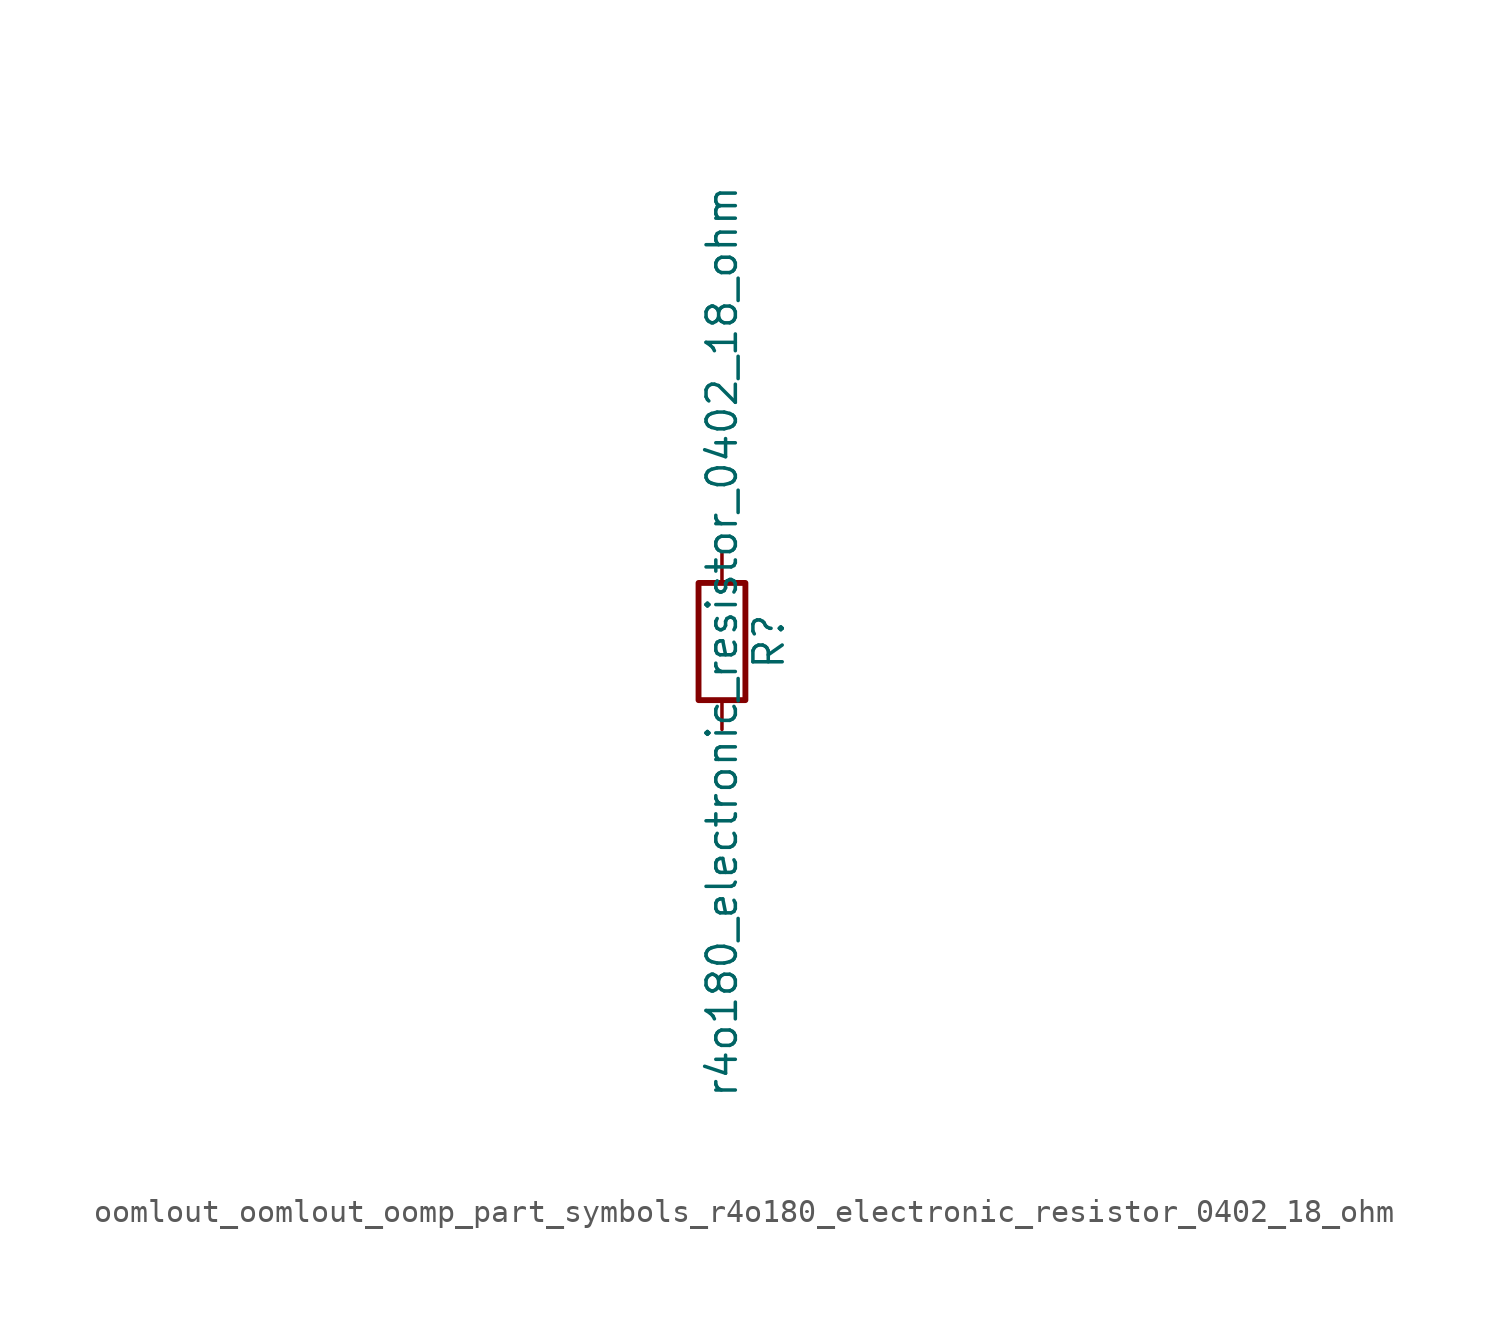
<source format=kicad_sym>
(kicad_symbol_lib
  (version 20220914)
  (generator kicad_symbol_editor)
  (symbol "oomlout_oomlout_oomp_part_symbols_r4o180_electronic_resistor_0402_18_ohm"
    (pin_numbers hide)
    (pin_names
      (offset 0))
    (property "Reference" "R"
      (at 2.032 0 90)
      (effects (font (size 1.27 1.27))))
    (property "Value" "r4o180_electronic_resistor_0402_18_ohm"
      (at 0 0 90)
      (effects (font (size 1.27 1.27))))
    (symbol "oomlout_oomlout_oomp_part_symbols_r4o180_electronic_resistor_0402_18_ohm_0_1"
      (rectangle (start -1.016 -2.54) (end 1.016 2.54) (stroke (width 0.254) (type default)) (fill (type none))))
    (symbol "oomlout_oomlout_oomp_part_symbols_r4o180_electronic_resistor_0402_18_ohm_1_1"
      (pin passive line (at 0 3.81 270) (length 1.27) (name "~" (effects (font (size 1.27 1.27)))) (number "1" (effects (font (size 1.27 1.27)))))
      (pin passive line (at 0 -3.81 90) (length 1.27) (name "~" (effects (font (size 1.27 1.27)))) (number "2" (effects (font (size 1.27 1.27))))))))
</source>
